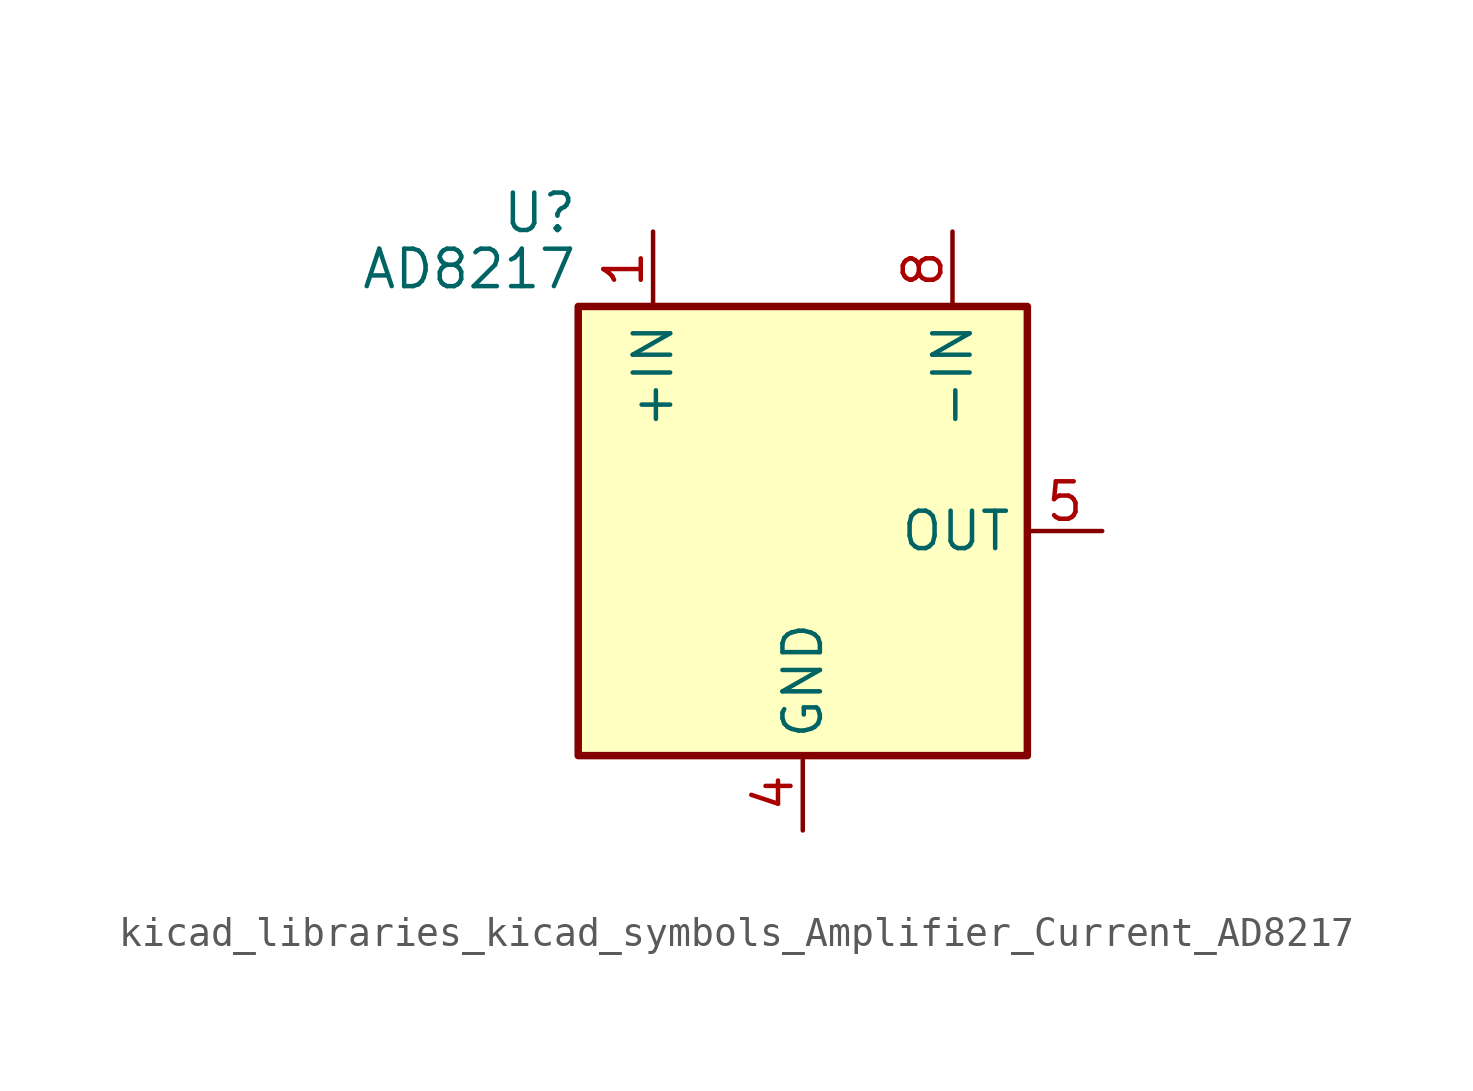
<source format=kicad_sym>
(kicad_symbol_lib
  (version 20220914)
  (generator kicad_symbol_editor)
  (symbol "kicad_libraries_kicad_symbols_Amplifier_Current_AD8217"
    (property "Reference" "U"
      (at -7.62 10.795 0)
      (effects (font (size 1.27 1.27)) (justify right)))
    (property "Value" "AD8217"
      (at -7.62 8.89 0)
      (effects (font (size 1.27 1.27)) (justify right)))
    (symbol "kicad_libraries_kicad_symbols_Amplifier_Current_AD8217_0_1"
      (rectangle (start -7.62 7.62) (end 7.62 -7.62) (stroke (width 0.254) (type default)) (fill (type background))))
    (symbol "kicad_libraries_kicad_symbols_Amplifier_Current_AD8217_1_1"
      (pin power_in line (at -5.08 10.16 270) (length 2.54) (name "+IN" (effects (font (size 1.27 1.27)))) (number "1" (effects (font (size 1.27 1.27)))))
      (pin no_connect line (at -5.08 -7.62 90) (length 2.54) hide (name "NC" (effects (font (size 1.27 1.27)))) (number "2" (effects (font (size 1.27 1.27)))))
      (pin no_connect line (at -2.54 -7.62 90) (length 2.54) hide (name "NC" (effects (font (size 1.27 1.27)))) (number "3" (effects (font (size 1.27 1.27)))))
      (pin power_in line (at 0 -10.16 90) (length 2.54) (name "GND" (effects (font (size 1.27 1.27)))) (number "4" (effects (font (size 1.27 1.27)))))
      (pin output line (at 10.16 0 180) (length 2.54) (name "OUT" (effects (font (size 1.27 1.27)))) (number "5" (effects (font (size 1.27 1.27)))))
      (pin no_connect line (at 2.54 -7.62 90) (length 2.54) hide (name "NC" (effects (font (size 1.27 1.27)))) (number "6" (effects (font (size 1.27 1.27)))))
      (pin no_connect line (at 5.08 -7.62 90) (length 2.54) hide (name "NC" (effects (font (size 1.27 1.27)))) (number "7" (effects (font (size 1.27 1.27)))))
      (pin input line (at 5.08 10.16 270) (length 2.54) (name "-IN" (effects (font (size 1.27 1.27)))) (number "8" (effects (font (size 1.27 1.27))))))))
</source>
